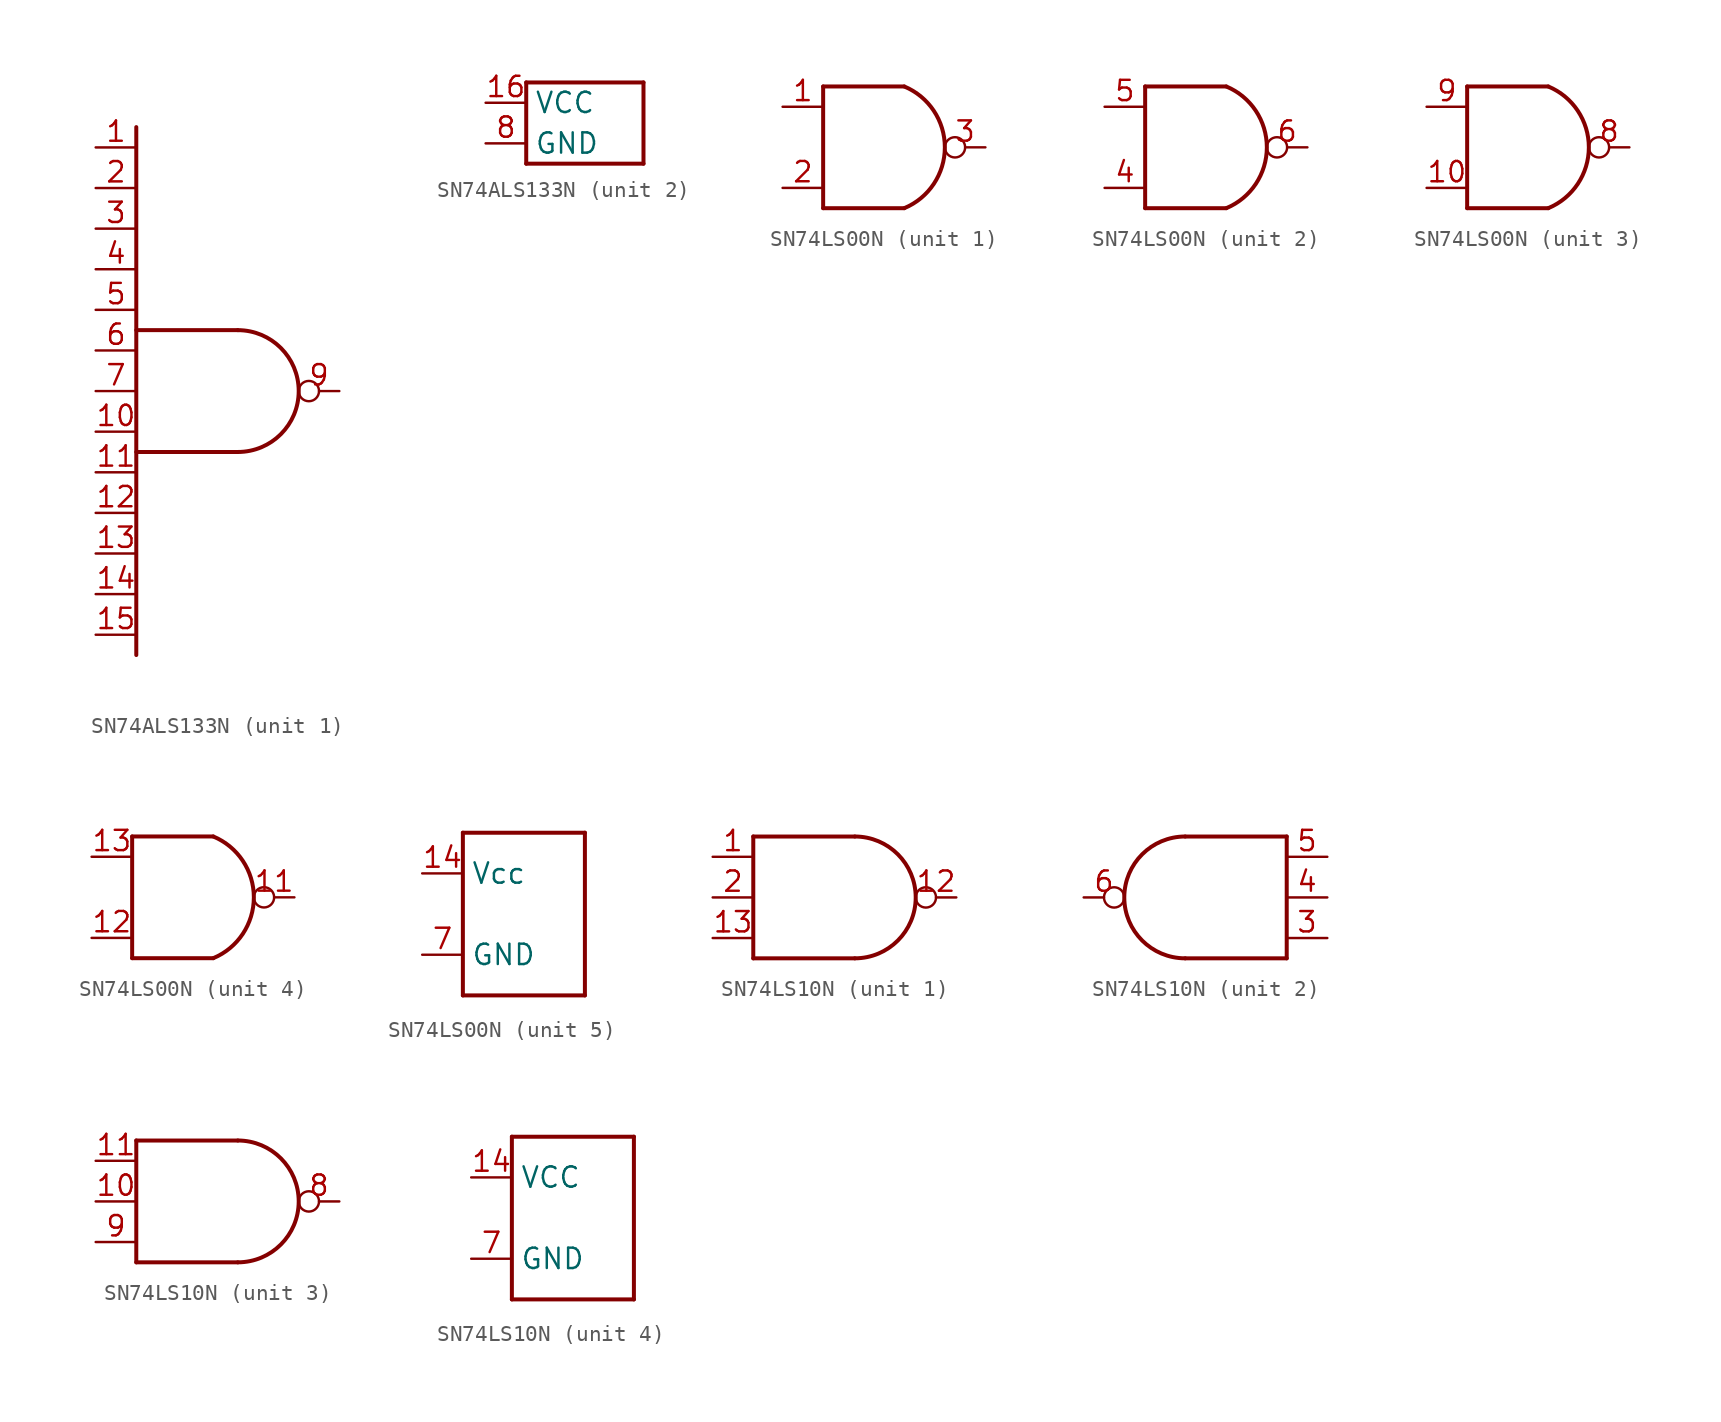
<source format=kicad_sym>
(kicad_symbol_lib
  (version 20220914)
  (generator kicad_symbol_editor)
  (symbol "SN74ALS133N"
    (property "Reference" "U"
      (at 0 0 0)
      (effects (font (size 1.27 1.27)) hide))
    (property "ki_locked" ""
      (at 0 0 0)
      (effects (font (size 1.27 1.27))))
    (symbol "SN74ALS133N_1_0"
      (polyline (pts (xy -5.08 -3.81) (xy 1.27 -3.81)) (stroke (width 0.25) (type solid)) (fill (type none)))
      (polyline (pts (xy -5.08 3.81) (xy 1.27 3.81)) (stroke (width 0.25) (type solid)) (fill (type none)))
      (polyline (pts (xy -5.08 16.51) (xy -5.08 -16.51)) (stroke (width 0.25) (type solid)) (fill (type none)))
      (arc (start 1.27 -3.81) (mid 5.0799 0.0001) (end 1.2698 3.81) (stroke (width 0.25) (type solid)) (fill (type none)))
      (pin input line (at -7.62 15.24 0) (length 2.54) (name "A" (effects (font (size 0 0)))) (number "1" (effects (font (size 1.27 1.27)))))
      (pin input line (at -7.62 -2.54 0) (length 2.54) (name "H" (effects (font (size 0 0)))) (number "10" (effects (font (size 1.27 1.27)))))
      (pin input line (at -7.62 -5.08 0) (length 2.54) (name "I" (effects (font (size 0 0)))) (number "11" (effects (font (size 1.27 1.27)))))
      (pin input line (at -7.62 -7.62 0) (length 2.54) (name "J" (effects (font (size 0 0)))) (number "12" (effects (font (size 1.27 1.27)))))
      (pin input line (at -7.62 -10.16 0) (length 2.54) (name "K" (effects (font (size 0 0)))) (number "13" (effects (font (size 1.27 1.27)))))
      (pin input line (at -7.62 -12.7 0) (length 2.54) (name "L" (effects (font (size 0 0)))) (number "14" (effects (font (size 1.27 1.27)))))
      (pin input line (at -7.62 -15.24 0) (length 2.54) (name "M" (effects (font (size 0 0)))) (number "15" (effects (font (size 1.27 1.27)))))
      (pin input line (at -7.62 12.7 0) (length 2.54) (name "B" (effects (font (size 0 0)))) (number "2" (effects (font (size 1.27 1.27)))))
      (pin input line (at -7.62 10.16 0) (length 2.54) (name "C" (effects (font (size 0 0)))) (number "3" (effects (font (size 1.27 1.27)))))
      (pin input line (at -7.62 7.62 0) (length 2.54) (name "D" (effects (font (size 0 0)))) (number "4" (effects (font (size 1.27 1.27)))))
      (pin input line (at -7.62 5.08 0) (length 2.54) (name "E" (effects (font (size 0 0)))) (number "5" (effects (font (size 1.27 1.27)))))
      (pin input line (at -7.62 2.54 0) (length 2.54) (name "F" (effects (font (size 0 0)))) (number "6" (effects (font (size 1.27 1.27)))))
      (pin input line (at -7.62 0 0) (length 2.54) (name "G" (effects (font (size 0 0)))) (number "7" (effects (font (size 1.27 1.27)))))
      (pin output inverted (at 7.62 0 180) (length 2.54) (name "Y" (effects (font (size 0 0)))) (number "9" (effects (font (size 1.27 1.27))))))
    (symbol "SN74ALS133N_2_0"
      (polyline (pts (xy -3.667 -2.54) (xy -3.667 2.54)) (stroke (width 0.25) (type solid)) (fill (type none)))
      (polyline (pts (xy -3.667 2.54) (xy 3.667 2.54)) (stroke (width 0.25) (type solid)) (fill (type none)))
      (polyline (pts (xy 3.667 -2.54) (xy -3.667 -2.54)) (stroke (width 0.25) (type solid)) (fill (type none)))
      (polyline (pts (xy 3.667 2.54) (xy 3.667 -2.54)) (stroke (width 0.25) (type solid)) (fill (type none)))
      (pin power_in line (at -6.207 1.27 0) (length 2.54) (name "VCC" (effects (font (size 1.27 1.27)))) (number "16" (effects (font (size 1.27 1.27)))))
      (pin power_in line (at -6.207 -1.27 0) (length 2.54) (name "GND" (effects (font (size 1.27 1.27)))) (number "8" (effects (font (size 1.27 1.27)))))))
  (symbol "SN74LS00N"
    (property "Reference" "U"
      (at 0 0 0)
      (effects (font (size 1.27 1.27)) hide))
    (property "ki_locked" ""
      (at 0 0 0)
      (effects (font (size 1.27 1.27))))
    (symbol "SN74LS00N_1_0"
      (polyline (pts (xy -3.81 -3.81) (xy 1.27 -3.81)) (stroke (width 0.25) (type solid)) (fill (type none)))
      (polyline (pts (xy -3.81 3.81) (xy -3.81 -3.81)) (stroke (width 0.25) (type solid)) (fill (type none)))
      (polyline (pts (xy -3.81 3.81) (xy 1.27 3.81)) (stroke (width 0.25) (type solid)) (fill (type none)))
      (arc (start 1.27 -3.81) (mid 3.81 0) (end 1.27 3.81) (stroke (width 0.25) (type solid)) (fill (type none)))
      (pin input line (at -6.35 2.54 0) (length 2.54) (name "1" (effects (font (size 0 0)))) (number "1" (effects (font (size 1.27 1.27)))))
      (pin input line (at -6.35 -2.54 0) (length 2.54) (name "2" (effects (font (size 0 0)))) (number "2" (effects (font (size 1.27 1.27)))))
      (pin output inverted (at 6.35 0 180) (length 2.54) (name "3" (effects (font (size 0 0)))) (number "3" (effects (font (size 1.27 1.27))))))
    (symbol "SN74LS00N_2_0"
      (polyline (pts (xy -3.81 -3.81) (xy -3.81 3.81)) (stroke (width 0.25) (type solid)) (fill (type none)))
      (polyline (pts (xy -3.81 -3.81) (xy 1.27 -3.81)) (stroke (width 0.25) (type solid)) (fill (type none)))
      (polyline (pts (xy -3.81 3.81) (xy 1.27 3.81)) (stroke (width 0.25) (type solid)) (fill (type none)))
      (arc (start 1.27 -3.81) (mid 3.81 0) (end 1.27 3.81) (stroke (width 0.25) (type solid)) (fill (type none)))
      (pin input line (at -6.35 -2.54 0) (length 2.54) (name "4" (effects (font (size 0 0)))) (number "4" (effects (font (size 1.27 1.27)))))
      (pin input line (at -6.35 2.54 0) (length 2.54) (name "5" (effects (font (size 0 0)))) (number "5" (effects (font (size 1.27 1.27)))))
      (pin output inverted (at 6.35 0 180) (length 2.54) (name "6" (effects (font (size 0 0)))) (number "6" (effects (font (size 1.27 1.27))))))
    (symbol "SN74LS00N_3_0"
      (polyline (pts (xy -3.81 -3.81) (xy -3.81 3.81)) (stroke (width 0.25) (type solid)) (fill (type none)))
      (polyline (pts (xy -3.81 -3.81) (xy 1.27 -3.81)) (stroke (width 0.25) (type solid)) (fill (type none)))
      (polyline (pts (xy -3.81 3.81) (xy 1.27 3.81)) (stroke (width 0.25) (type solid)) (fill (type none)))
      (arc (start 1.27 -3.81) (mid 3.81 0) (end 1.27 3.81) (stroke (width 0.25) (type solid)) (fill (type none)))
      (pin input line (at -6.35 -2.54 0) (length 2.54) (name "10" (effects (font (size 0 0)))) (number "10" (effects (font (size 1.27 1.27)))))
      (pin output inverted (at 6.35 0 180) (length 2.54) (name "8" (effects (font (size 0 0)))) (number "8" (effects (font (size 1.27 1.27)))))
      (pin input line (at -6.35 2.54 0) (length 2.54) (name "9" (effects (font (size 0 0)))) (number "9" (effects (font (size 1.27 1.27))))))
    (symbol "SN74LS00N_4_0"
      (polyline (pts (xy -3.81 -3.81) (xy 1.27 -3.81)) (stroke (width 0.25) (type solid)) (fill (type none)))
      (polyline (pts (xy -3.81 3.81) (xy -3.81 -3.81)) (stroke (width 0.25) (type solid)) (fill (type none)))
      (polyline (pts (xy -3.81 3.81) (xy 1.27 3.81)) (stroke (width 0.25) (type solid)) (fill (type none)))
      (arc (start 1.27 -3.81) (mid 3.81 0) (end 1.27 3.81) (stroke (width 0.25) (type solid)) (fill (type none)))
      (pin output inverted (at 6.35 0 180) (length 2.54) (name "11" (effects (font (size 0 0)))) (number "11" (effects (font (size 1.27 1.27)))))
      (pin input line (at -6.35 -2.54 0) (length 2.54) (name "12" (effects (font (size 0 0)))) (number "12" (effects (font (size 1.27 1.27)))))
      (pin input line (at -6.35 2.54 0) (length 2.54) (name "13" (effects (font (size 0 0)))) (number "13" (effects (font (size 1.27 1.27))))))
    (symbol "SN74LS00N_5_0"
      (polyline (pts (xy -3.81 -5.08) (xy -3.81 5.08)) (stroke (width 0.25) (type solid)) (fill (type none)))
      (polyline (pts (xy -3.81 5.08) (xy 3.81 5.08)) (stroke (width 0.25) (type solid)) (fill (type none)))
      (polyline (pts (xy 3.81 -5.08) (xy -3.81 -5.08)) (stroke (width 0.25) (type solid)) (fill (type none)))
      (polyline (pts (xy 3.81 5.08) (xy 3.81 -5.08)) (stroke (width 0.25) (type solid)) (fill (type none)))
      (pin power_in line (at -6.35 2.54 0) (length 2.54) (name "Vcc" (effects (font (size 1.27 1.27)))) (number "14" (effects (font (size 1.27 1.27)))))
      (pin power_in line (at -6.35 -2.54 0) (length 2.54) (name "GND" (effects (font (size 1.27 1.27)))) (number "7" (effects (font (size 1.27 1.27)))))))
  (symbol "SN74LS10N"
    (property "Reference" "U"
      (at 0 0 0)
      (effects (font (size 1.27 1.27)) hide))
    (property "ki_locked" ""
      (at 0 0 0)
      (effects (font (size 1.27 1.27))))
    (symbol "SN74LS10N_1_0"
      (polyline (pts (xy -5.08 -3.81) (xy 1.27 -3.81)) (stroke (width 0.25) (type solid)) (fill (type none)))
      (polyline (pts (xy -5.08 3.81) (xy -5.08 -3.81)) (stroke (width 0.25) (type solid)) (fill (type none)))
      (polyline (pts (xy -5.08 3.81) (xy 1.27 3.81)) (stroke (width 0.25) (type solid)) (fill (type none)))
      (arc (start 1.27 -3.81) (mid 5.0799 0.0001) (end 1.2698 3.81) (stroke (width 0.25) (type solid)) (fill (type none)))
      (pin input line (at -7.62 2.54 0) (length 2.54) (name "A" (effects (font (size 0 0)))) (number "1" (effects (font (size 1.27 1.27)))))
      (pin output inverted (at 7.62 0 180) (length 2.54) (name "Y" (effects (font (size 0 0)))) (number "12" (effects (font (size 1.27 1.27)))))
      (pin input line (at -7.62 -2.54 0) (length 2.54) (name "C" (effects (font (size 0 0)))) (number "13" (effects (font (size 1.27 1.27)))))
      (pin input line (at -7.62 0 0) (length 2.54) (name "B" (effects (font (size 0 0)))) (number "2" (effects (font (size 1.27 1.27))))))
    (symbol "SN74LS10N_2_0"
      (arc (start -1.27 3.81) (mid -5.0799 -0.0001) (end -1.2698 -3.81) (stroke (width 0.25) (type solid)) (fill (type none)))
      (polyline (pts (xy 5.08 -3.81) (xy -1.27 -3.81)) (stroke (width 0.25) (type solid)) (fill (type none)))
      (polyline (pts (xy 5.08 -3.81) (xy 5.08 3.81)) (stroke (width 0.25) (type solid)) (fill (type none)))
      (polyline (pts (xy 5.08 3.81) (xy -1.27 3.81)) (stroke (width 0.25) (type solid)) (fill (type none)))
      (pin input line (at 7.62 -2.54 180) (length 2.54) (name "A" (effects (font (size 0 0)))) (number "3" (effects (font (size 1.27 1.27)))))
      (pin input line (at 7.62 0 180) (length 2.54) (name "B" (effects (font (size 0 0)))) (number "4" (effects (font (size 1.27 1.27)))))
      (pin input line (at 7.62 2.54 180) (length 2.54) (name "C" (effects (font (size 0 0)))) (number "5" (effects (font (size 1.27 1.27)))))
      (pin output inverted (at -7.62 0 0) (length 2.54) (name "Y" (effects (font (size 0 0)))) (number "6" (effects (font (size 1.27 1.27))))))
    (symbol "SN74LS10N_3_0"
      (polyline (pts (xy -5.08 -3.81) (xy -5.08 3.81)) (stroke (width 0.25) (type solid)) (fill (type none)))
      (polyline (pts (xy -5.08 -3.81) (xy 1.27 -3.81)) (stroke (width 0.25) (type solid)) (fill (type none)))
      (polyline (pts (xy -5.08 3.81) (xy 1.27 3.81)) (stroke (width 0.25) (type solid)) (fill (type none)))
      (arc (start 1.27 -3.81) (mid 5.0799 0.0001) (end 1.2698 3.81) (stroke (width 0.25) (type solid)) (fill (type none)))
      (pin input line (at -7.62 0 0) (length 2.54) (name "B" (effects (font (size 0 0)))) (number "10" (effects (font (size 1.27 1.27)))))
      (pin input line (at -7.62 2.54 0) (length 2.54) (name "C" (effects (font (size 0 0)))) (number "11" (effects (font (size 1.27 1.27)))))
      (pin output inverted (at 7.62 0 180) (length 2.54) (name "Y" (effects (font (size 0 0)))) (number "8" (effects (font (size 1.27 1.27)))))
      (pin input line (at -7.62 -2.54 0) (length 2.54) (name "A" (effects (font (size 0 0)))) (number "9" (effects (font (size 1.27 1.27))))))
    (symbol "SN74LS10N_4_0"
      (polyline (pts (xy -3.81 -5.08) (xy -3.81 5.08)) (stroke (width 0.25) (type solid)) (fill (type none)))
      (polyline (pts (xy -3.81 5.08) (xy 3.81 5.08)) (stroke (width 0.25) (type solid)) (fill (type none)))
      (polyline (pts (xy 3.81 -5.08) (xy -3.81 -5.08)) (stroke (width 0.25) (type solid)) (fill (type none)))
      (polyline (pts (xy 3.81 5.08) (xy 3.81 -5.08)) (stroke (width 0.25) (type solid)) (fill (type none)))
      (pin power_in line (at -6.35 2.54 0) (length 2.54) (name "VCC" (effects (font (size 1.27 1.27)))) (number "14" (effects (font (size 1.27 1.27)))))
      (pin power_in line (at -6.35 -2.54 0) (length 2.54) (name "GND" (effects (font (size 1.27 1.27)))) (number "7" (effects (font (size 1.27 1.27))))))))
</source>
